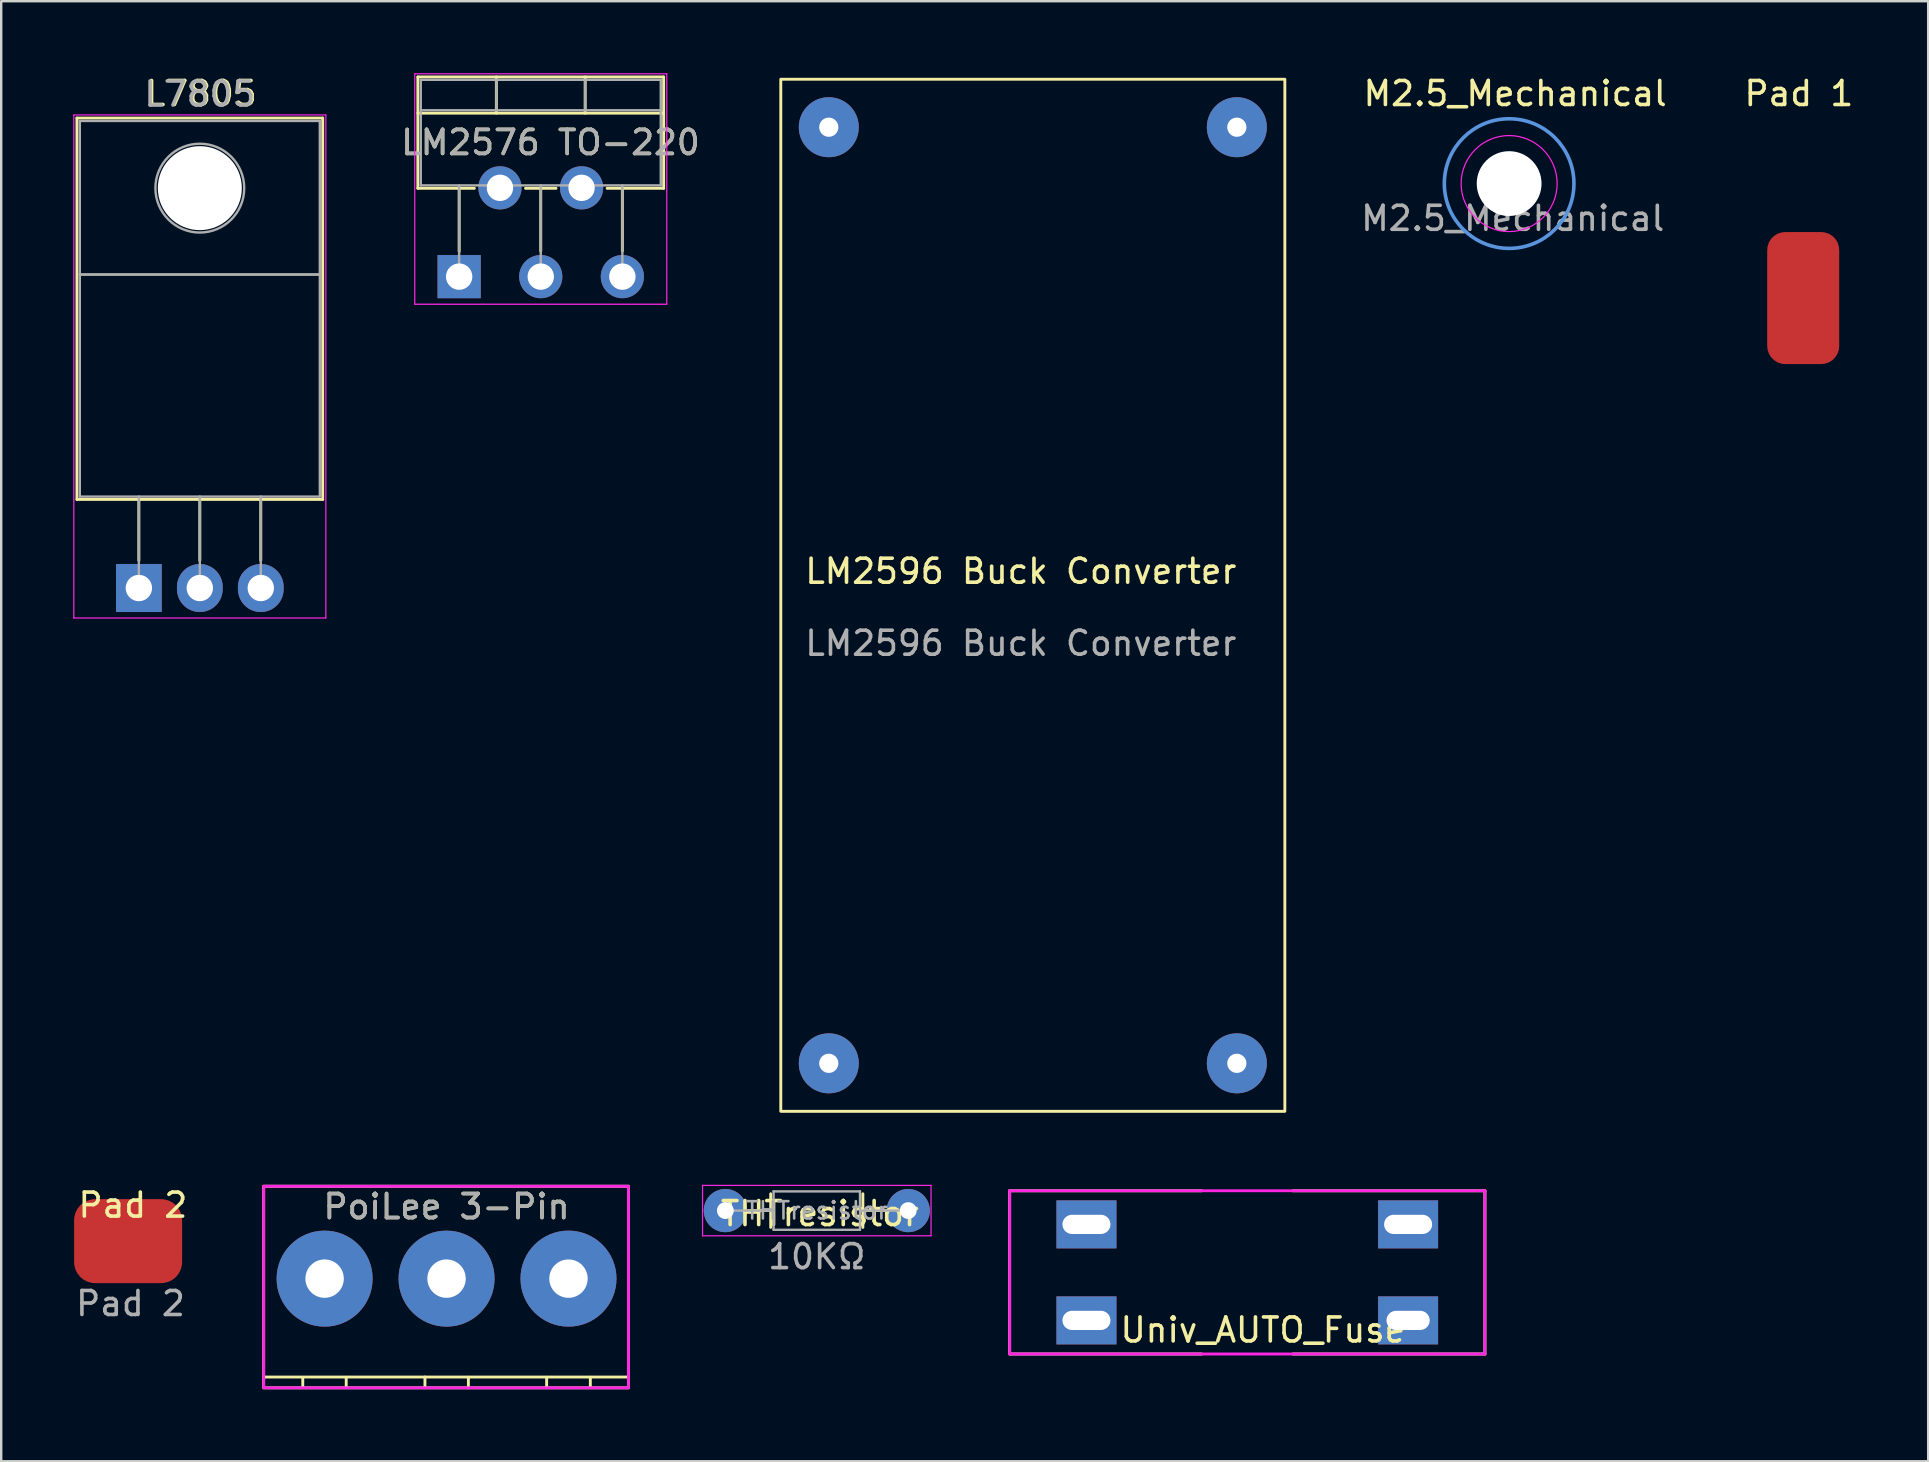
<source format=kicad_pcb>
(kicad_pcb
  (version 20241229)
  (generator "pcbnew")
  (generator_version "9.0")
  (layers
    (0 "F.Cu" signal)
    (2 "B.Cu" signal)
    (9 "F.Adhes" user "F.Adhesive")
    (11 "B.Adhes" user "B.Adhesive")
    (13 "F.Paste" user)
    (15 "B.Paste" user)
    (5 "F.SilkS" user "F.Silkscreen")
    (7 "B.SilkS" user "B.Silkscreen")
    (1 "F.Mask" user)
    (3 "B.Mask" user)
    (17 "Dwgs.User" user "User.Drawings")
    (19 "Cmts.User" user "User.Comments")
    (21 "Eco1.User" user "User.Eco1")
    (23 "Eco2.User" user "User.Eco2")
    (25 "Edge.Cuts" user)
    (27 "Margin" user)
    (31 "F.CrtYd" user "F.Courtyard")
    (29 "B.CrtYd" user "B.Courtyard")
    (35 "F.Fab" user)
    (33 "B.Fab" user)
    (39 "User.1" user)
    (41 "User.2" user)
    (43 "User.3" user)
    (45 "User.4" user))
  (footprint "Pad 2"
    (layer "F.Cu")
    (at 2.287 48.658)
    (property "Reference" "Pad 2" (at 0.2 -1.5 0) (unlocked yes) (layer "F.SilkS") (effects (font (size 1 1) (thickness 0.15))))
    (attr smd board_only exclude_from_bom)
    (fp_text user "${REFERENCE}" (at 0.1 2.6 0) (unlocked yes) (layer "F.Fab") (effects (font (size 1 1) (thickness 0.15))))
    (pad "1" smd roundrect (at 0 0) (size 4.5 3.5) (layers "F.Cu" "F.Mask" "F.Paste") (roundrect_rratio 0.25)))
  (footprint "L7805"
    (layer "F.Cu")
    (at 2.735 21.448)
    (property "Reference" "L7805" (at 2.6 -20.6 0) (layer "F.SilkS") (effects (font (size 1 1) (thickness 0.15))))
    (attr through_hole)
    (fp_line (start -2.58 -19.58) (end -2.58 -3.69) (stroke (width 0.12) (type solid)) (layer "F.SilkS"))
    (fp_line (start -2.58 -19.58) (end 7.66 -19.58) (stroke (width 0.12) (type solid)) (layer "F.SilkS"))
    (fp_line (start -2.58 -3.69) (end 7.66 -3.69) (stroke (width 0.12) (type solid)) (layer "F.SilkS"))
    (fp_line (start 0 -3.69) (end 0 -1.15) (stroke (width 0.12) (type solid)) (layer "F.SilkS"))
    (fp_line (start 2.54 -3.69) (end 2.54 -1.15) (stroke (width 0.12) (type solid)) (layer "F.SilkS"))
    (fp_line (start 5.08 -3.69) (end 5.08 -1.15) (stroke (width 0.12) (type solid)) (layer "F.SilkS"))
    (fp_line (start 7.66 -19.58) (end 7.66 -3.69) (stroke (width 0.12) (type solid)) (layer "F.SilkS"))
    (fp_line (start -2.71 -19.71) (end -2.71 1.25) (stroke (width 0.05) (type solid)) (layer "F.CrtYd"))
    (fp_line (start -2.71 1.25) (end 7.79 1.25) (stroke (width 0.05) (type solid)) (layer "F.CrtYd"))
    (fp_line (start 7.79 -19.71) (end -2.71 -19.71) (stroke (width 0.05) (type solid)) (layer "F.CrtYd"))
    (fp_line (start 7.79 1.25) (end 7.79 -19.71) (stroke (width 0.05) (type solid)) (layer "F.CrtYd"))
    (fp_line (start -2.46 -19.46) (end 7.54 -19.46) (stroke (width 0.1) (type solid)) (layer "F.Fab"))
    (fp_line (start -2.46 -13.06) (end -2.46 -19.46) (stroke (width 0.1) (type solid)) (layer "F.Fab"))
    (fp_line (start -2.46 -13.06) (end 7.54 -13.06) (stroke (width 0.1) (type solid)) (layer "F.Fab"))
    (fp_line (start -2.46 -3.81) (end -2.46 -13.06) (stroke (width 0.1) (type solid)) (layer "F.Fab"))
    (fp_line (start 0 -3.81) (end 0 0) (stroke (width 0.1) (type solid)) (layer "F.Fab"))
    (fp_line (start 2.54 -3.81) (end 2.54 0) (stroke (width 0.1) (type solid)) (layer "F.Fab"))
    (fp_line (start 5.08 -3.81) (end 5.08 0) (stroke (width 0.1) (type solid)) (layer "F.Fab"))
    (fp_line (start 7.54 -19.46) (end 7.54 -13.06) (stroke (width 0.1) (type solid)) (layer "F.Fab"))
    (fp_line (start 7.54 -13.06) (end -2.46 -13.06) (stroke (width 0.1) (type solid)) (layer "F.Fab"))
    (fp_line (start 7.54 -13.06) (end 7.54 -3.81) (stroke (width 0.1) (type solid)) (layer "F.Fab"))
    (fp_line (start 7.54 -3.81) (end -2.46 -3.81) (stroke (width 0.1) (type solid)) (layer "F.Fab"))
    (fp_circle (center 2.54 -16.66) (end 4.39 -16.66) (stroke (width 0.1) (type solid)) (fill no) (layer "F.Fab"))
    (fp_text user "${REFERENCE}" (at 2.54 -20.58 0) (layer "F.Fab") (effects (font (size 1 1) (thickness 0.15))))
    (pad "" np_thru_hole oval (at 2.54 -16.66) (size 3.5 3.5) (drill 3.5) (layers "*.Cu" "*.Mask"))
    (pad "1" thru_hole rect (at 0 0) (size 1.905 2) (drill 1.1) (layers "*.Cu" "*.Mask"))
    (pad "2" thru_hole oval (at 2.54 0) (size 1.905 2) (drill 1.1) (layers "*.Cu" "*.Mask"))
    (pad "3" thru_hole oval (at 5.08 0) (size 1.905 2) (drill 1.1) (layers "*.Cu" "*.Mask")))
  (footprint "PoiLee 3-Pin"
    (layer "F.Cu")
    (at 15.554 50.22)
    (property "Reference" "PoiLee 3-Pin" (at 0 -3 0) (unlocked yes) (layer "F.SilkS") (effects (font (size 1 1) (thickness 0.15))))
    (attr through_hole)
    (fp_line (start -7.61 4.1) (end 7.58 4.1) (stroke (width 0.12) (type solid)) (layer "F.SilkS"))
    (fp_line (start -5.99 4.12) (end -5.99 4.5) (stroke (width 0.12) (type solid)) (layer "F.SilkS"))
    (fp_line (start -4.18 4.11) (end -4.18 4.52) (stroke (width 0.12) (type solid)) (layer "F.SilkS"))
    (fp_line (start -0.9 4.1) (end -0.9 4.54) (stroke (width 0.12) (type solid)) (layer "F.SilkS"))
    (fp_line (start 0.91 4.11) (end 0.91 4.55) (stroke (width 0.12) (type solid)) (layer "F.SilkS"))
    (fp_line (start 4.17 4.11) (end 4.17 4.52) (stroke (width 0.12) (type solid)) (layer "F.SilkS"))
    (fp_line (start 5.99 4.11) (end 5.99 4.52) (stroke (width 0.12) (type solid)) (layer "F.SilkS"))
    (fp_rect (start -7.62 -3.85) (end 7.58 4.55) (stroke (width 0.12) (type solid)) (fill no) (layer "F.SilkS"))
    (fp_rect (start -7.62 -3.85) (end 7.58 4.55) (stroke (width 0.12) (type solid)) (fill no) (layer "F.CrtYd"))
    (fp_text user "${REFERENCE}" (at 0 -3 0) (unlocked yes) (layer "F.Fab") (effects (font (size 1 1) (thickness 0.15))))
    (pad "1" thru_hole circle (at -5.08 0) (size 4 4) (drill 1.6) (layers "*.Cu" "*.Mask"))
    (pad "2" thru_hole circle (at 0 0) (size 4 4) (drill 1.6) (layers "*.Cu" "*.Mask"))
    (pad "3" thru_hole circle (at 5.08 0) (size 4 4) (drill 1.6) (layers "*.Cu" "*.Mask")))
  (footprint "LM2596 Buck Converter"
    (layer "F.Cu")
    (at 29.479 0.25)
    (property "Reference" "LM2596 Buck Converter" (at 10 20.5 0) (unlocked yes) (layer "F.SilkS") (effects (font (size 1 1) (thickness 0.15))))
    (attr smd)
    (fp_rect (start 0 0) (end 21 43) (stroke (width 0.12) (type solid)) (fill no) (layer "F.SilkS"))
    (fp_text user "${REFERENCE}" (at 10 23.5 0) (unlocked yes) (layer "F.Fab") (effects (font (size 1 1) (thickness 0.15))))
    (pad "1" thru_hole circle (at 2 2) (size 2.5 2.5) (drill 0.8) (layers "*.Cu" "*.Mask"))
    (pad "2" thru_hole circle (at 19 2) (size 2.5 2.5) (drill 0.8) (layers "*.Cu" "*.Mask"))
    (pad "3" thru_hole circle (at 2 41) (size 2.5 2.5) (drill 0.8) (layers "*.Cu" "*.Mask"))
    (pad "4" thru_hole circle (at 19 41) (size 2.5 2.5) (drill 0.8) (layers "*.Cu" "*.Mask")))
  (footprint "Univ_AUTO_Fuse"
    (layer "F.Cu")
    (at 39.014 46.56)
    (property "Reference" "Univ_AUTO_Fuse" (at 10.55 5.8 0) (layer "F.SilkS") (effects (font (size 1 1) (thickness 0.15))))
    (attr through_hole)
    (fp_line (start 0 0) (end 0 6.8) (stroke (width 0.12) (type solid)) (layer "F.SilkS"))
    (fp_line (start 0 6.8) (end 8 6.8) (stroke (width 0.12) (type solid)) (layer "F.SilkS"))
    (fp_line (start 8 0) (end 0 0) (stroke (width 0.12) (type solid)) (layer "F.SilkS"))
    (fp_line (start 11.8 0) (end 19.8 0) (stroke (width 0.12) (type solid)) (layer "F.SilkS"))
    (fp_line (start 19.8 0) (end 19.8 6.8) (stroke (width 0.12) (type solid)) (layer "F.SilkS"))
    (fp_line (start 19.8 6.8) (end 11.8 6.8) (stroke (width 0.12) (type solid)) (layer "F.SilkS"))
    (fp_line (start 0 0) (end 19.8 0) (stroke (width 0.12) (type solid)) (layer "F.CrtYd"))
    (fp_line (start 0 6.8) (end 0 0) (stroke (width 0.12) (type solid)) (layer "F.CrtYd"))
    (fp_line (start 19.8 0) (end 19.8 6.8) (stroke (width 0.12) (type solid)) (layer "F.CrtYd"))
    (fp_line (start 19.8 6.8) (end 0 6.8) (stroke (width 0.12) (type solid)) (layer "F.CrtYd"))
    (pad "1" thru_hole rect (at 3.2 1.4) (size 2.5 2) (drill oval 2 0.8) (layers "*.Cu" "*.Mask"))
    (pad "1" thru_hole rect (at 3.2 5.4) (size 2.5 2) (drill oval 2 0.8) (layers "*.Cu" "*.Mask"))
    (pad "2" thru_hole rect (at 16.6 1.4) (size 2.5 2) (drill oval 2 0.8) (layers "*.Cu" "*.Mask"))
    (pad "2" thru_hole rect (at 16.6 5.4) (size 2.5 2) (drill oval 1.8 0.8) (layers "*.Cu" "*.Mask")))
  (footprint "M2.5_Mechanical"
    (layer "F.Cu")
    (at 59.823 4.598)
    (property "Reference" "M2.5_Mechanical" (at 0.25 -3.75 0) (unlocked yes) (layer "F.SilkS") (effects (font (size 1 1) (thickness 0.15))))
    (attr board_only exclude_from_bom)
    (fp_circle (center 0 0) (end 2.7 0) (stroke (width 0.15) (type solid)) (fill no) (layer "Cmts.User"))
    (fp_circle (center 0 0) (end 2 0) (stroke (width 0.05) (type solid)) (fill no) (layer "F.CrtYd"))
    (fp_text user "${REFERENCE}" (at 0.15 1.45 0) (unlocked yes) (layer "F.Fab") (effects (font (size 1 1) (thickness 0.15))))
    (pad "" np_thru_hole circle (at 0 0) (size 2.7 2.7) (drill 2.7) (layers "*.Cu" "*.Mask")))
  (footprint "THTresistor"
    (layer "F.Cu")
    (at 27.169 47.385)
    (property "Reference" "THTresistor" (at 3.937 0.127 0) (layer "F.SilkS") (effects (font (size 1 1) (thickness 0.15))))
    (attr through_hole)
    (fp_line (start 0.94 0) (end 1.89 0) (stroke (width 0.12) (type solid)) (layer "F.SilkS"))
    (fp_line (start 1.89 -0.7) (end 1.89 0.7) (stroke (width 0.12) (type solid)) (layer "F.SilkS"))
    (fp_line (start 5.73 0.7) (end 5.73 -0.7) (stroke (width 0.12) (type solid)) (layer "F.SilkS"))
    (fp_line (start 6.68 0) (end 5.73 0) (stroke (width 0.12) (type solid)) (layer "F.SilkS"))
    (fp_line (start -0.95 -1.05) (end -0.95 1.05) (stroke (width 0.05) (type solid)) (layer "F.CrtYd"))
    (fp_line (start -0.95 1.05) (end 8.57 1.05) (stroke (width 0.05) (type solid)) (layer "F.CrtYd"))
    (fp_line (start 8.57 -1.05) (end -0.95 -1.05) (stroke (width 0.05) (type solid)) (layer "F.CrtYd"))
    (fp_line (start 8.57 1.05) (end 8.57 -1.05) (stroke (width 0.05) (type solid)) (layer "F.CrtYd"))
    (fp_line (start 0 0) (end 2.01 0) (stroke (width 0.1) (type solid)) (layer "F.Fab"))
    (fp_line (start 2.01 -0.8) (end 2.01 0.8) (stroke (width 0.1) (type solid)) (layer "F.Fab"))
    (fp_line (start 2.01 0.8) (end 5.61 0.8) (stroke (width 0.1) (type solid)) (layer "F.Fab"))
    (fp_line (start 5.61 -0.8) (end 2.01 -0.8) (stroke (width 0.1) (type solid)) (layer "F.Fab"))
    (fp_line (start 5.61 0.8) (end 5.61 -0.8) (stroke (width 0.1) (type solid)) (layer "F.Fab"))
    (fp_line (start 7.62 0) (end 5.61 0) (stroke (width 0.1) (type solid)) (layer "F.Fab"))
    (fp_text user "10KΩ" (at 3.81 1.92 180) (layer "F.Fab") (effects (font (size 1 1) (thickness 0.15))))
    (fp_text user "${REFERENCE}" (at 3.81 0 180) (layer "F.Fab") (effects (font (size 0.72 0.72) (thickness 0.108))))
    (pad "1" thru_hole circle (at 0 0) (size 1.8 1.8) (drill 0.7) (layers "*.Cu" "*.Mask"))
    (pad "2" thru_hole oval (at 7.62 0) (size 1.8 1.8) (drill 0.7) (layers "*.Cu" "*.Mask")))
  (footprint "LM2576 TO-220"
    (layer "F.Cu")
    (at 16.079 8.475)
    (property "Reference" "LM2576 TO-220" (at 3.81 -5.588 0) (unlocked yes) (layer "F.SilkS") (effects (font (size 1 1) (thickness 0.15))))
    (attr through_hole)
    (fp_line (start -1.721 -8.32) (end -1.721 -3.679) (stroke (width 0.12) (type solid)) (layer "F.SilkS"))
    (fp_line (start -1.721 -8.32) (end 8.52 -8.32) (stroke (width 0.12) (type solid)) (layer "F.SilkS"))
    (fp_line (start -1.721 -6.811) (end 8.52 -6.811) (stroke (width 0.12) (type solid)) (layer "F.SilkS"))
    (fp_line (start -1.721 -3.679) (end 0.635 -3.679) (stroke (width 0.12) (type solid)) (layer "F.SilkS"))
    (fp_line (start 0 -3.679) (end 0 -1.049) (stroke (width 0.12) (type solid)) (layer "F.SilkS"))
    (fp_line (start 1.55 -8.32) (end 1.55 -6.811) (stroke (width 0.12) (type solid)) (layer "F.SilkS"))
    (fp_line (start 2.765 -3.679) (end 4.035 -3.679) (stroke (width 0.12) (type solid)) (layer "F.SilkS"))
    (fp_line (start 3.4 -3.679) (end 3.4 -1.065) (stroke (width 0.12) (type solid)) (layer "F.SilkS"))
    (fp_line (start 5.25 -8.32) (end 5.25 -6.811) (stroke (width 0.12) (type solid)) (layer "F.SilkS"))
    (fp_line (start 6.165 -3.679) (end 8.52 -3.679) (stroke (width 0.12) (type solid)) (layer "F.SilkS"))
    (fp_line (start 6.8 -3.679) (end 6.8 -1.065) (stroke (width 0.12) (type solid)) (layer "F.SilkS"))
    (fp_line (start 8.52 -8.32) (end 8.52 -3.679) (stroke (width 0.12) (type solid)) (layer "F.SilkS"))
    (fp_line (start -1.85 -8.45) (end -1.85 1.15) (stroke (width 0.05) (type solid)) (layer "F.CrtYd"))
    (fp_line (start -1.85 1.15) (end 8.65 1.15) (stroke (width 0.05) (type solid)) (layer "F.CrtYd"))
    (fp_line (start 8.65 -8.45) (end -1.85 -8.45) (stroke (width 0.05) (type solid)) (layer "F.CrtYd"))
    (fp_line (start 8.65 1.15) (end 8.65 -8.45) (stroke (width 0.05) (type solid)) (layer "F.CrtYd"))
    (fp_line (start -1.6 -8.2) (end -1.6 -3.8) (stroke (width 0.1) (type solid)) (layer "F.Fab"))
    (fp_line (start -1.6 -6.93) (end 8.4 -6.93) (stroke (width 0.1) (type solid)) (layer "F.Fab"))
    (fp_line (start -1.6 -3.8) (end 8.4 -3.8) (stroke (width 0.1) (type solid)) (layer "F.Fab"))
    (fp_line (start 0 -3.8) (end 0 0) (stroke (width 0.1) (type solid)) (layer "F.Fab"))
    (fp_line (start 1.55 -8.2) (end 1.55 -6.93) (stroke (width 0.1) (type solid)) (layer "F.Fab"))
    (fp_line (start 1.7 -3.8) (end 1.7 -3.7) (stroke (width 0.1) (type solid)) (layer "F.Fab"))
    (fp_line (start 3.4 -3.8) (end 3.4 0) (stroke (width 0.1) (type solid)) (layer "F.Fab"))
    (fp_line (start 5.1 -3.8) (end 5.1 -3.7) (stroke (width 0.1) (type solid)) (layer "F.Fab"))
    (fp_line (start 5.25 -8.2) (end 5.25 -6.93) (stroke (width 0.1) (type solid)) (layer "F.Fab"))
    (fp_line (start 6.8 -3.8) (end 6.8 0) (stroke (width 0.1) (type solid)) (layer "F.Fab"))
    (fp_line (start 8.4 -8.2) (end -1.6 -8.2) (stroke (width 0.1) (type solid)) (layer "F.Fab"))
    (fp_line (start 8.4 -3.8) (end 8.4 -8.2) (stroke (width 0.1) (type solid)) (layer "F.Fab"))
    (fp_text user "${REFERENCE}" (at 3.81 -5.588 0) (layer "F.Fab") (effects (font (size 1 1) (thickness 0.15))))
    (pad "1" thru_hole rect (at 0 0) (size 1.8 1.8) (drill 1.1) (layers "*.Cu" "*.Mask"))
    (pad "2" thru_hole oval (at 1.7 -3.7) (size 1.8 1.8) (drill 1.1) (layers "*.Cu" "*.Mask"))
    (pad "3" thru_hole oval (at 3.4 0) (size 1.8 1.8) (drill 1.1) (layers "*.Cu" "*.Mask"))
    (pad "4" thru_hole oval (at 5.1 -3.7) (size 1.8 1.8) (drill 1.1) (layers "*.Cu" "*.Mask"))
    (pad "5" thru_hole oval (at 6.8 0) (size 1.8 1.8) (drill 1.1) (layers "*.Cu" "*.Mask")))
  (footprint "Pad 1"
    (layer "F.Cu")
    (at 72.075 9.368)
    (property "Reference" "Pad 1" (at -0.18 -8.52 0) (unlocked yes) (layer "F.SilkS") (effects (font (size 1 1) (thickness 0.15))))
    (attr smd board_only exclude_from_bom)
    (pad "1" smd roundrect (at 0 0) (size 3 5.5) (layers "F.Cu" "F.Mask") (roundrect_rratio 0.25)))
  (gr_rect
    (start -3 -3)
    (end 77.281 57.83)
    (stroke (width 0.1) (type default))
    (fill no)
    (layer "Edge.Cuts")))
</source>
